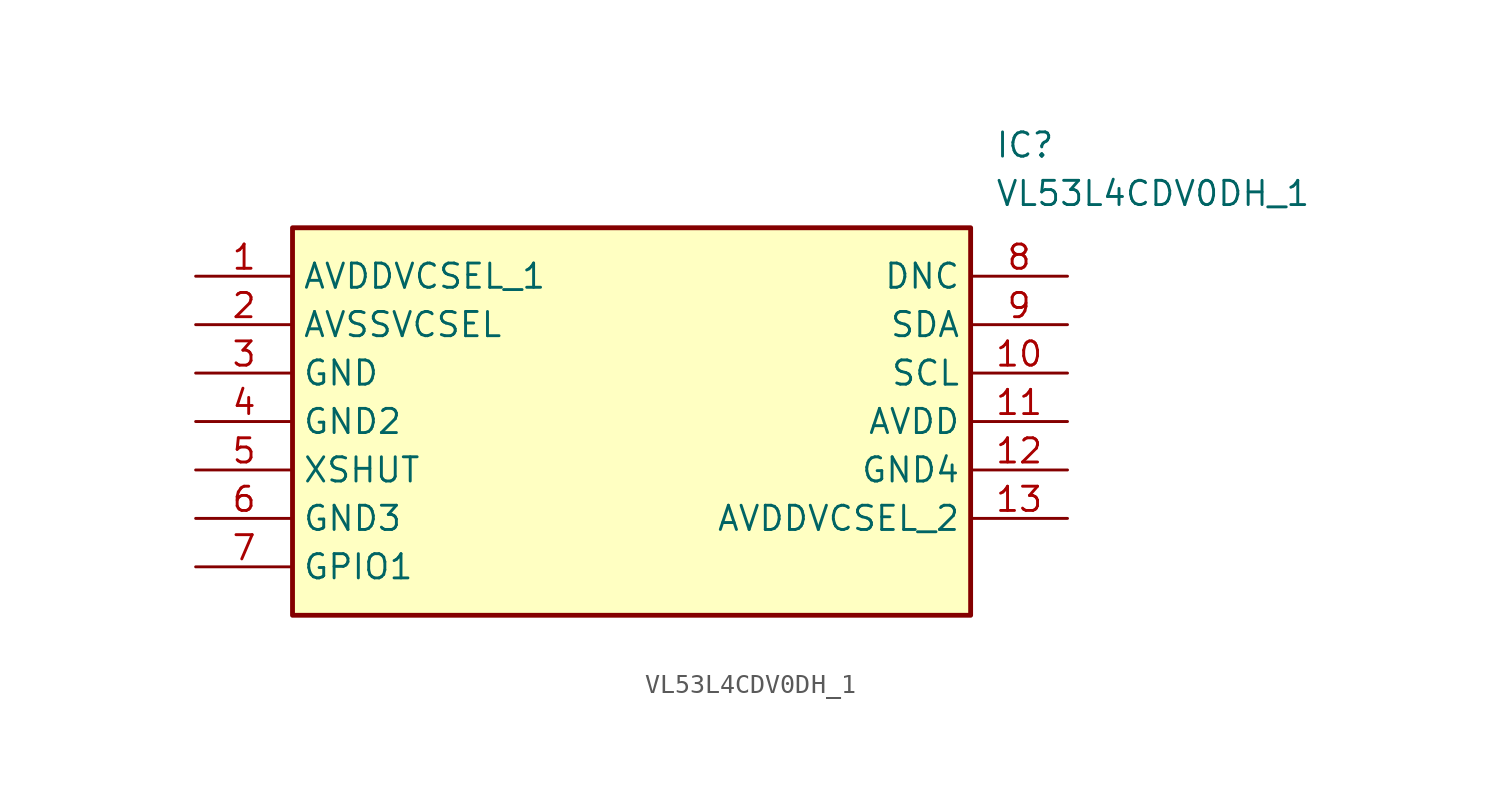
<source format=kicad_sym>
(kicad_symbol_lib
  (version 20211014)
  (generator SamacSys_ECAD_Model)
  (symbol "VL53L4CDV0DH_1"
    (property "Reference" "IC"
      (at 41.91 7.62 0)
      (effects (font (size 1.27 1.27)) (justify left top)))
    (property "Value" "VL53L4CDV0DH_1"
      (at 41.91 5.08 0)
      (effects (font (size 1.27 1.27)) (justify left top)))
    (rectangle
      (start 5.08 2.54)
      (end 40.64 -17.78)
      (stroke (width 0.254) (type default))
      (fill (type background)))
    (pin passive line
      (at 0 0 0)
      (length 5.08)
      (name "AVDDVCSEL_1" (effects (font (size 1.27 1.27))))
      (number "1" (effects (font (size 1.27 1.27)))))
    (pin passive line
      (at 0 -2.54 0)
      (length 5.08)
      (name "AVSSVCSEL" (effects (font (size 1.27 1.27))))
      (number "2" (effects (font (size 1.27 1.27)))))
    (pin passive line
      (at 0 -5.08 0)
      (length 5.08)
      (name "GND" (effects (font (size 1.27 1.27))))
      (number "3" (effects (font (size 1.27 1.27)))))
    (pin passive line
      (at 0 -7.62 0)
      (length 5.08)
      (name "GND2" (effects (font (size 1.27 1.27))))
      (number "4" (effects (font (size 1.27 1.27)))))
    (pin passive line
      (at 0 -10.16 0)
      (length 5.08)
      (name "XSHUT" (effects (font (size 1.27 1.27))))
      (number "5" (effects (font (size 1.27 1.27)))))
    (pin passive line
      (at 0 -12.7 0)
      (length 5.08)
      (name "GND3" (effects (font (size 1.27 1.27))))
      (number "6" (effects (font (size 1.27 1.27)))))
    (pin passive line
      (at 0 -15.24 0)
      (length 5.08)
      (name "GPIO1" (effects (font (size 1.27 1.27))))
      (number "7" (effects (font (size 1.27 1.27)))))
    (pin passive line
      (at 45.72 0 180)
      (length 5.08)
      (name "DNC" (effects (font (size 1.27 1.27))))
      (number "8" (effects (font (size 1.27 1.27)))))
    (pin passive line
      (at 45.72 -2.54 180)
      (length 5.08)
      (name "SDA" (effects (font (size 1.27 1.27))))
      (number "9" (effects (font (size 1.27 1.27)))))
    (pin passive line
      (at 45.72 -5.08 180)
      (length 5.08)
      (name "SCL" (effects (font (size 1.27 1.27))))
      (number "10" (effects (font (size 1.27 1.27)))))
    (pin passive line
      (at 45.72 -7.62 180)
      (length 5.08)
      (name "AVDD" (effects (font (size 1.27 1.27))))
      (number "11" (effects (font (size 1.27 1.27)))))
    (pin passive line
      (at 45.72 -10.16 180)
      (length 5.08)
      (name "GND4" (effects (font (size 1.27 1.27))))
      (number "12" (effects (font (size 1.27 1.27)))))
    (pin passive line
      (at 45.72 -12.7 180)
      (length 5.08)
      (name "AVDDVCSEL_2" (effects (font (size 1.27 1.27))))
      (number "13" (effects (font (size 1.27 1.27)))))))
</source>
